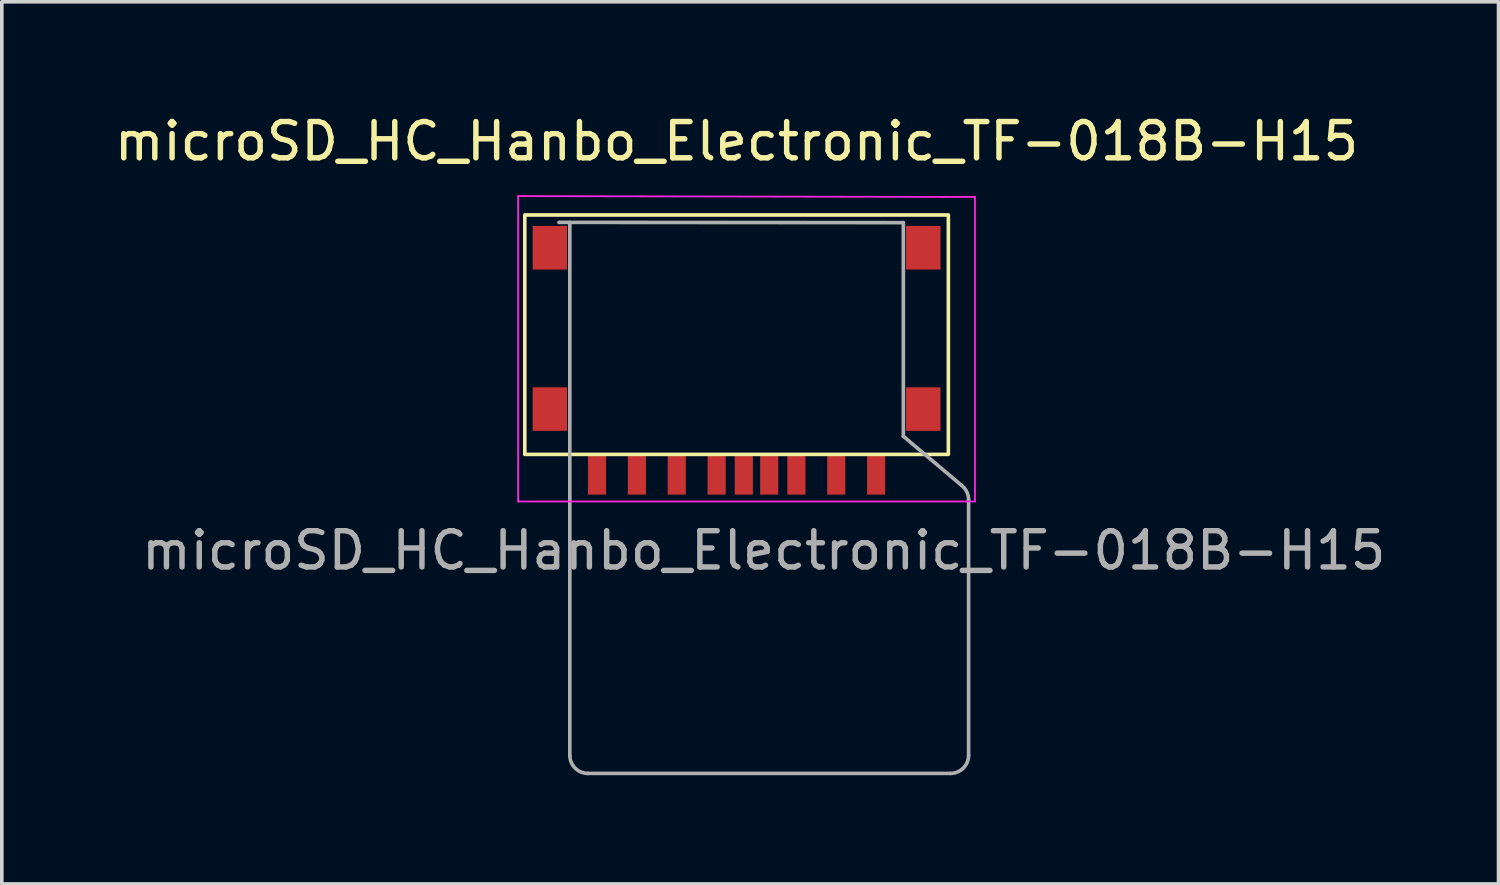
<source format=kicad_pcb>
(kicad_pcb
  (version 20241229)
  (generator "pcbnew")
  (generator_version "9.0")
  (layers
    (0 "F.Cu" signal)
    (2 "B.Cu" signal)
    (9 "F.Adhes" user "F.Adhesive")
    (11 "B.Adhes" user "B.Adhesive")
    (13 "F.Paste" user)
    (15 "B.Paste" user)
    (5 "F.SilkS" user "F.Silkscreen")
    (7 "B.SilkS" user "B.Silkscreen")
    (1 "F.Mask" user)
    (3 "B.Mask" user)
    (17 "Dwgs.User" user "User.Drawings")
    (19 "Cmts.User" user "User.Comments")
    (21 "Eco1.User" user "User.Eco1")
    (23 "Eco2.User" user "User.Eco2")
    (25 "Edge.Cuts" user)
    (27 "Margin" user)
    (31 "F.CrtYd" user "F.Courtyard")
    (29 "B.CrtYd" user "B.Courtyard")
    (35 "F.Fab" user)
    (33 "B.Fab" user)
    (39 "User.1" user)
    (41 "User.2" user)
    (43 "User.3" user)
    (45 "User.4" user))
  (footprint "microSD_HC_Hanbo_Electronic_TF-018B-H15"
    (layer "F.Cu")
    (at 17.268 9.484)
    (property "Reference" "microSD_HC_Hanbo_Electronic_TF-018B-H15" (at 0 -8.636 180) (layer "F.SilkS") (effects (font (size 1 1) (thickness 0.15))))
    (attr smd)
    (fp_rect (start -5.842 -6.604) (end 5.842 0) (stroke (width 0.1) (type default)) (fill no) (layer "F.SilkS"))
    (fp_line (start -6.025 -7.125) (end 6.575 -7.1) (stroke (width 0.05) (type solid)) (layer "F.CrtYd"))
    (fp_line (start -6.025 1.3) (end -6.025 -7.125) (stroke (width 0.05) (type solid)) (layer "F.CrtYd"))
    (fp_line (start 6.575 -7.1) (end 6.575 1.3) (stroke (width 0.05) (type solid)) (layer "F.CrtYd"))
    (fp_line (start 6.575 1.3) (end -6.025 1.3) (stroke (width 0.05) (type solid)) (layer "F.CrtYd"))
    (fp_line (start -4.9 -6.4) (end 4.6 -6.392) (stroke (width 0.1) (type solid)) (layer "F.Fab"))
    (fp_line (start -4.6 -6.4) (end -4.6 8.3) (stroke (width 0.1) (type solid)) (layer "F.Fab"))
    (fp_line (start 4.6 -0.5) (end 4.6 -6.392) (stroke (width 0.1) (type solid)) (layer "F.Fab"))
    (fp_line (start 5.9 8.8) (end -4.1 8.8) (stroke (width 0.1) (type default)) (layer "F.Fab"))
    (fp_line (start 6.2 0.85) (end 4.6 -0.5) (stroke (width 0.1) (type default)) (layer "F.Fab"))
    (fp_line (start 6.4 8.3) (end 6.4 1.25) (stroke (width 0.1) (type default)) (layer "F.Fab"))
    (fp_arc (start -4.1 8.8) (mid -4.453553 8.653553) (end -4.6 8.3) (stroke (width 0.1) (type solid)) (layer "F.Fab"))
    (fp_arc (start 6.2 0.85) (mid 6.347214 1.026393) (end 6.4 1.25) (stroke (width 0.1) (type solid)) (layer "F.Fab"))
    (fp_arc (start 6.4 8.3) (mid 6.253553 8.653553) (end 5.9 8.8) (stroke (width 0.1) (type solid)) (layer "F.Fab"))
    (fp_text user "${REFERENCE}" (at 0.75 2.65 180) (layer "F.Fab") (effects (font (size 1 1) (thickness 0.15))))
    (pad "1" smd rect (at 3.85 0.559 180) (size 0.5 1.1) (layers "F.Cu" "F.Mask" "F.Paste"))
    (pad "2" smd rect (at 2.75 0.559 180) (size 0.5 1.1) (layers "F.Cu" "F.Mask" "F.Paste"))
    (pad "3" smd rect (at 1.65 0.559 180) (size 0.5 1.1) (layers "F.Cu" "F.Mask" "F.Paste"))
    (pad "4" smd rect (at 0.9 0.559 180) (size 0.5 1.1) (layers "F.Cu" "F.Mask" "F.Paste"))
    (pad "5" smd rect (at -0.55 0.559 180) (size 0.5 1.1) (layers "F.Cu" "F.Mask" "F.Paste"))
    (pad "6" smd rect (at -1.65 0.559 180) (size 0.5 1.1) (layers "F.Cu" "F.Mask" "F.Paste"))
    (pad "7" smd rect (at -2.75 0.559 180) (size 0.5 1.1) (layers "F.Cu" "F.Mask" "F.Paste"))
    (pad "8" smd rect (at -3.85 0.559 180) (size 0.5 1.1) (layers "F.Cu" "F.Mask" "F.Paste"))
    (pad "9" smd rect (at 0.2 0.559 180) (size 0.5 1.1) (layers "F.Cu" "F.Mask" "F.Paste"))
    (pad "10" smd rect (at -5.15 -5.7 180) (size 0.95 1.2) (layers "F.Cu" "F.Mask" "F.Paste"))
    (pad "10" smd rect (at -5.15 -1.25 180) (size 0.95 1.2) (layers "F.Cu" "F.Mask" "F.Paste"))
    (pad "10" smd rect (at 5.15 -5.7 180) (size 0.95 1.2) (layers "F.Cu" "F.Mask" "F.Paste"))
    (pad "10" smd rect (at 5.15 -1.25 180) (size 0.95 1.2) (layers "F.Cu" "F.Mask" "F.Paste")))
  (gr_rect
    (start -3 -3)
    (end 38.286 21.334)
    (stroke (width 0.1) (type default))
    (fill no)
    (layer "Edge.Cuts")))
</source>
